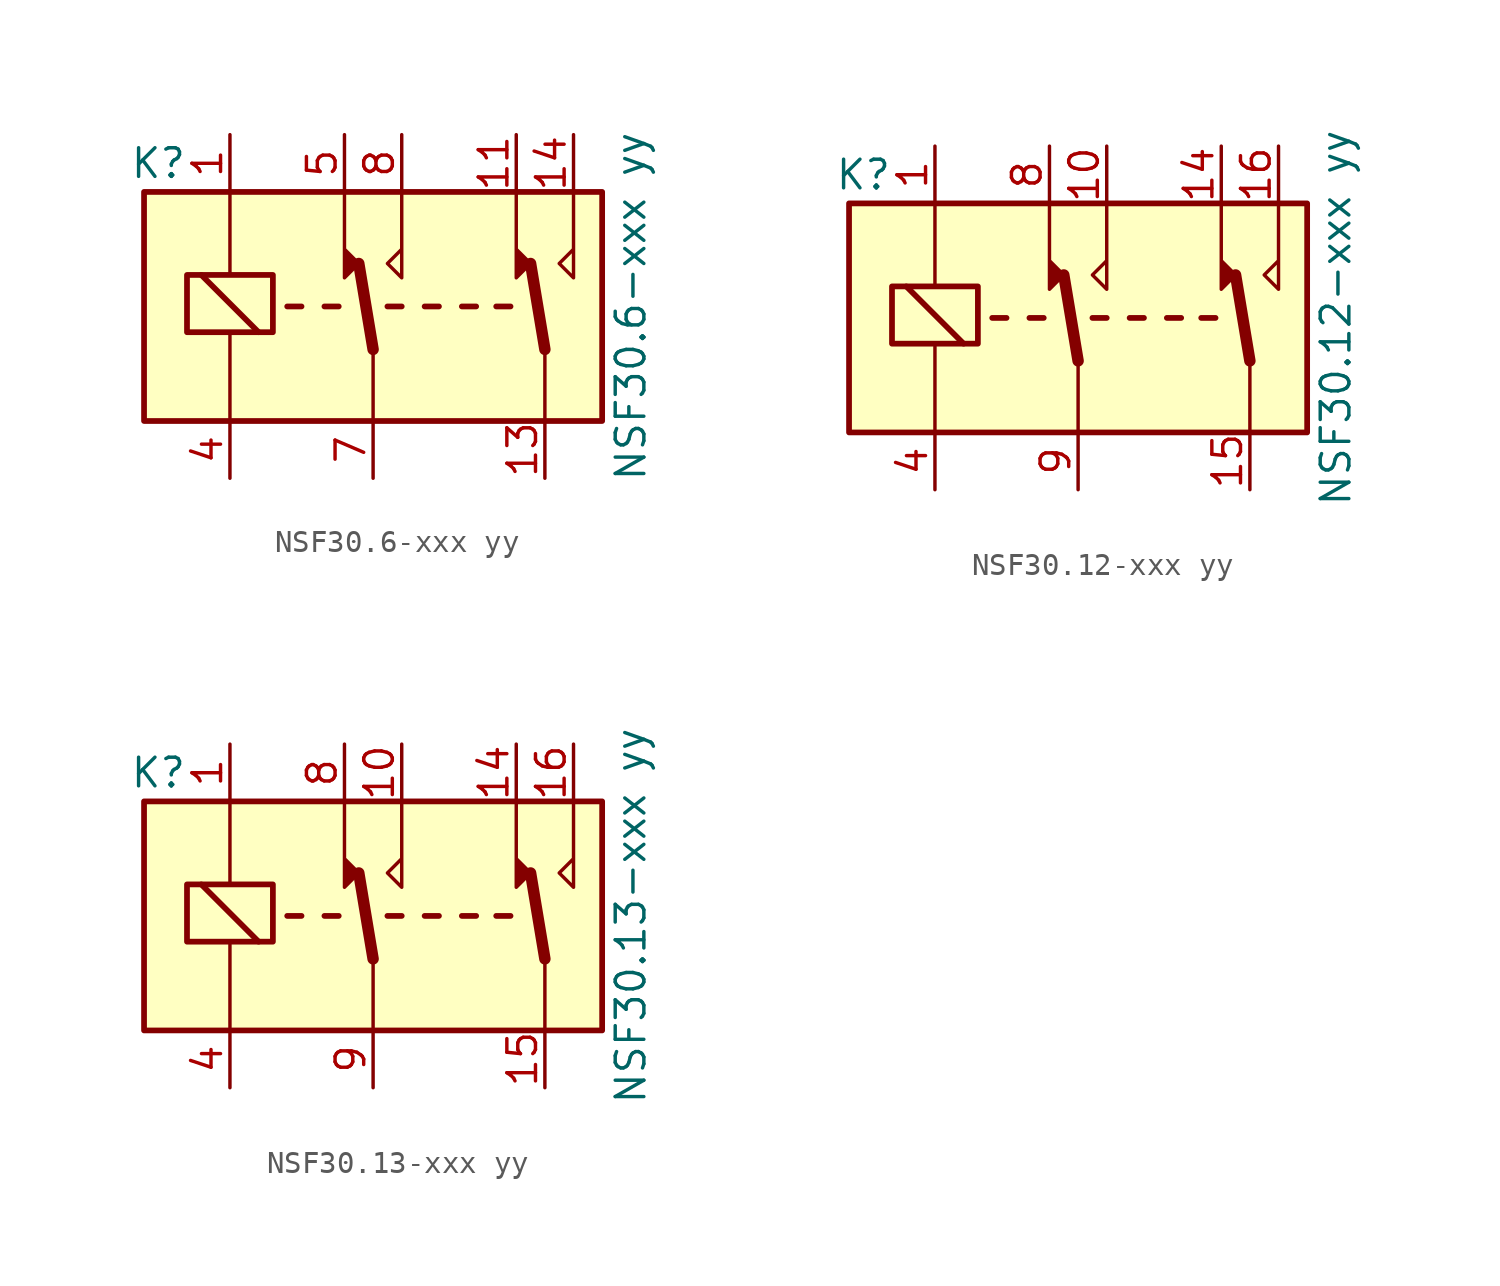
<source format=kicad_sym>
(kicad_symbol_lib
  (version 20211014)
  (generator kicad_symbol_editor)
  (symbol "NSF30.6-xxx yy"
    (property "Reference" "K"
      (at -9.525 6.35 0)
      (effects (font (size 1.27 1.27))))
    (property "Value" "NSF30.6-xxx yy"
      (at 11.43 0 90)
      (effects (font (size 1.27 1.27))))
    (symbol "NSF30.6-xxx yy_1_1"
      (rectangle (start -10.16 5.08) (end 10.16 -5.08) (stroke (width 0.254) (type default) (color 0 0 0 0)) (fill (type background)))
      (rectangle (start -8.255 -1.143) (end -4.445 1.397) (stroke (width 0.254) (type default) (color 0 0 0 0)) (fill (type none)))
      (polyline (pts (xy -6.35 -1.27) (xy -6.35 -4.953)) (stroke (width 0) (type default) (color 0 0 0 0)) (fill (type none)))
      (polyline (pts (xy -6.35 5.08) (xy -6.35 1.397)) (stroke (width 0) (type default) (color 0 0 0 0)) (fill (type none)))
      (polyline (pts (xy -5.08 -1.143) (xy -7.62 1.397)) (stroke (width 0.254) (type default) (color 0 0 0 0)) (fill (type none)))
      (polyline (pts (xy -3.175 0) (xy -3.81 0)) (stroke (width 0.254) (type default) (color 0 0 0 0)) (fill (type none)))
      (polyline (pts (xy -1.524 0) (xy -2.159 0)) (stroke (width 0.254) (type default) (color 0 0 0 0)) (fill (type none)))
      (polyline (pts (xy 0 -1.905) (xy -0.635 1.905)) (stroke (width 0.508) (type default) (color 0 0 0 0)) (fill (type none)))
      (polyline (pts (xy 0 -1.905) (xy 0 -5.08)) (stroke (width 0) (type default) (color 0 0 0 0)) (fill (type none)))
      (polyline (pts (xy 1.27 0) (xy 0.635 0)) (stroke (width 0.254) (type default) (color 0 0 0 0)) (fill (type none)))
      (polyline (pts (xy 2.921 0) (xy 2.286 0)) (stroke (width 0.254) (type default) (color 0 0 0 0)) (fill (type none)))
      (polyline (pts (xy 4.572 0) (xy 3.937 0)) (stroke (width 0.254) (type default) (color 0 0 0 0)) (fill (type none)))
      (polyline (pts (xy 6.096 0) (xy 5.461 0)) (stroke (width 0.254) (type default) (color 0 0 0 0)) (fill (type none)))
      (polyline (pts (xy 7.62 -1.905) (xy 6.985 1.905)) (stroke (width 0.508) (type default) (color 0 0 0 0)) (fill (type none)))
      (polyline (pts (xy 7.62 -1.905) (xy 7.62 -5.08)) (stroke (width 0) (type default) (color 0 0 0 0)) (fill (type none)))
      (polyline (pts (xy -1.27 5.08) (xy -1.27 1.27) (xy -0.635 1.905) (xy -1.27 2.54)) (stroke (width 0) (type default) (color 0 0 0 0)) (fill (type outline)))
      (polyline (pts (xy 1.27 5.08) (xy 1.27 1.27) (xy 0.635 1.905) (xy 1.27 2.54)) (stroke (width 0) (type default) (color 0 0 0 0)) (fill (type none)))
      (polyline (pts (xy 6.35 5.08) (xy 6.35 1.27) (xy 6.985 1.905) (xy 6.35 2.54)) (stroke (width 0) (type default) (color 0 0 0 0)) (fill (type outline)))
      (polyline (pts (xy 8.89 5.08) (xy 8.89 1.27) (xy 8.255 1.905) (xy 8.89 2.54)) (stroke (width 0) (type default) (color 0 0 0 0)) (fill (type none)))
      (pin passive line (at -6.35 7.62 270) (length 2.54) (name "~" (effects (font (size 1.27 1.27)))) (number "1" (effects (font (size 1.27 1.27)))))
      (pin passive line (at 6.35 7.62 270) (length 2.54) (name "~" (effects (font (size 1.27 1.27)))) (number "11" (effects (font (size 1.27 1.27)))))
      (pin passive line (at 7.62 -7.62 90) (length 2.54) (name "~" (effects (font (size 1.27 1.27)))) (number "13" (effects (font (size 1.27 1.27)))))
      (pin passive line (at 8.89 7.62 270) (length 2.54) (name "~" (effects (font (size 1.27 1.27)))) (number "14" (effects (font (size 1.27 1.27)))))
      (pin passive line (at -6.35 -7.62 90) (length 2.54) (name "~" (effects (font (size 1.27 1.27)))) (number "4" (effects (font (size 1.27 1.27)))))
      (pin passive line (at -1.27 7.62 270) (length 2.54) (name "~" (effects (font (size 1.27 1.27)))) (number "5" (effects (font (size 1.27 1.27)))))
      (pin passive line (at 0 -7.62 90) (length 2.54) (name "~" (effects (font (size 1.27 1.27)))) (number "7" (effects (font (size 1.27 1.27)))))
      (pin passive line (at 1.27 7.62 270) (length 2.54) (name "~" (effects (font (size 1.27 1.27)))) (number "8" (effects (font (size 1.27 1.27)))))))
  (symbol "NSF30.12-xxx yy"
    (property "Reference" "K"
      (at -9.525 6.35 0)
      (effects (font (size 1.27 1.27))))
    (property "Value" "NSF30.12-xxx yy"
      (at 11.43 0 90)
      (effects (font (size 1.27 1.27))))
    (symbol "NSF30.12-xxx yy_1_1"
      (rectangle (start -10.16 5.08) (end 10.16 -5.08) (stroke (width 0.254) (type default) (color 0 0 0 0)) (fill (type background)))
      (rectangle (start -8.255 -1.143) (end -4.445 1.397) (stroke (width 0.254) (type default) (color 0 0 0 0)) (fill (type none)))
      (polyline (pts (xy -6.35 -1.27) (xy -6.35 -4.953)) (stroke (width 0) (type default) (color 0 0 0 0)) (fill (type none)))
      (polyline (pts (xy -6.35 5.08) (xy -6.35 1.397)) (stroke (width 0) (type default) (color 0 0 0 0)) (fill (type none)))
      (polyline (pts (xy -5.08 -1.143) (xy -7.62 1.397)) (stroke (width 0.254) (type default) (color 0 0 0 0)) (fill (type none)))
      (polyline (pts (xy -3.175 0) (xy -3.81 0)) (stroke (width 0.254) (type default) (color 0 0 0 0)) (fill (type none)))
      (polyline (pts (xy -1.524 0) (xy -2.159 0)) (stroke (width 0.254) (type default) (color 0 0 0 0)) (fill (type none)))
      (polyline (pts (xy 0 -1.905) (xy -0.635 1.905)) (stroke (width 0.508) (type default) (color 0 0 0 0)) (fill (type none)))
      (polyline (pts (xy 0 -1.905) (xy 0 -5.08)) (stroke (width 0) (type default) (color 0 0 0 0)) (fill (type none)))
      (polyline (pts (xy 1.27 0) (xy 0.635 0)) (stroke (width 0.254) (type default) (color 0 0 0 0)) (fill (type none)))
      (polyline (pts (xy 2.921 0) (xy 2.286 0)) (stroke (width 0.254) (type default) (color 0 0 0 0)) (fill (type none)))
      (polyline (pts (xy 4.572 0) (xy 3.937 0)) (stroke (width 0.254) (type default) (color 0 0 0 0)) (fill (type none)))
      (polyline (pts (xy 6.096 0) (xy 5.461 0)) (stroke (width 0.254) (type default) (color 0 0 0 0)) (fill (type none)))
      (polyline (pts (xy 7.62 -1.905) (xy 6.985 1.905)) (stroke (width 0.508) (type default) (color 0 0 0 0)) (fill (type none)))
      (polyline (pts (xy 7.62 -1.905) (xy 7.62 -5.08)) (stroke (width 0) (type default) (color 0 0 0 0)) (fill (type none)))
      (polyline (pts (xy -1.27 5.08) (xy -1.27 1.27) (xy -0.635 1.905) (xy -1.27 2.54)) (stroke (width 0) (type default) (color 0 0 0 0)) (fill (type outline)))
      (polyline (pts (xy 1.27 5.08) (xy 1.27 1.27) (xy 0.635 1.905) (xy 1.27 2.54)) (stroke (width 0) (type default) (color 0 0 0 0)) (fill (type none)))
      (polyline (pts (xy 6.35 5.08) (xy 6.35 1.27) (xy 6.985 1.905) (xy 6.35 2.54)) (stroke (width 0) (type default) (color 0 0 0 0)) (fill (type outline)))
      (polyline (pts (xy 8.89 5.08) (xy 8.89 1.27) (xy 8.255 1.905) (xy 8.89 2.54)) (stroke (width 0) (type default) (color 0 0 0 0)) (fill (type none)))
      (pin passive line (at -6.35 7.62 270) (length 2.54) (name "~" (effects (font (size 1.27 1.27)))) (number "1" (effects (font (size 1.27 1.27)))))
      (pin passive line (at 1.27 7.62 270) (length 2.54) (name "~" (effects (font (size 1.27 1.27)))) (number "10" (effects (font (size 1.27 1.27)))))
      (pin passive line (at 6.35 7.62 270) (length 2.54) (name "~" (effects (font (size 1.27 1.27)))) (number "14" (effects (font (size 1.27 1.27)))))
      (pin passive line (at 7.62 -7.62 90) (length 2.54) (name "~" (effects (font (size 1.27 1.27)))) (number "15" (effects (font (size 1.27 1.27)))))
      (pin passive line (at 8.89 7.62 270) (length 2.54) (name "~" (effects (font (size 1.27 1.27)))) (number "16" (effects (font (size 1.27 1.27)))))
      (pin passive line (at -6.35 -7.62 90) (length 2.54) (name "~" (effects (font (size 1.27 1.27)))) (number "4" (effects (font (size 1.27 1.27)))))
      (pin passive line (at -1.27 7.62 270) (length 2.54) (name "~" (effects (font (size 1.27 1.27)))) (number "8" (effects (font (size 1.27 1.27)))))
      (pin passive line (at 0 -7.62 90) (length 2.54) (name "~" (effects (font (size 1.27 1.27)))) (number "9" (effects (font (size 1.27 1.27)))))))
  (symbol "NSF30.13-xxx yy"
    (property "Reference" "K"
      (at -9.525 6.35 0)
      (effects (font (size 1.27 1.27))))
    (property "Value" "NSF30.13-xxx yy"
      (at 11.43 0 90)
      (effects (font (size 1.27 1.27))))
    (symbol "NSF30.13-xxx yy_1_1"
      (rectangle (start -10.16 5.08) (end 10.16 -5.08) (stroke (width 0.254) (type default) (color 0 0 0 0)) (fill (type background)))
      (rectangle (start -8.255 -1.143) (end -4.445 1.397) (stroke (width 0.254) (type default) (color 0 0 0 0)) (fill (type none)))
      (polyline (pts (xy -6.35 -1.27) (xy -6.35 -4.953)) (stroke (width 0) (type default) (color 0 0 0 0)) (fill (type none)))
      (polyline (pts (xy -6.35 5.08) (xy -6.35 1.397)) (stroke (width 0) (type default) (color 0 0 0 0)) (fill (type none)))
      (polyline (pts (xy -5.08 -1.143) (xy -7.62 1.397)) (stroke (width 0.254) (type default) (color 0 0 0 0)) (fill (type none)))
      (polyline (pts (xy -3.175 0) (xy -3.81 0)) (stroke (width 0.254) (type default) (color 0 0 0 0)) (fill (type none)))
      (polyline (pts (xy -1.524 0) (xy -2.159 0)) (stroke (width 0.254) (type default) (color 0 0 0 0)) (fill (type none)))
      (polyline (pts (xy 0 -1.905) (xy -0.635 1.905)) (stroke (width 0.508) (type default) (color 0 0 0 0)) (fill (type none)))
      (polyline (pts (xy 0 -1.905) (xy 0 -5.08)) (stroke (width 0) (type default) (color 0 0 0 0)) (fill (type none)))
      (polyline (pts (xy 1.27 0) (xy 0.635 0)) (stroke (width 0.254) (type default) (color 0 0 0 0)) (fill (type none)))
      (polyline (pts (xy 2.921 0) (xy 2.286 0)) (stroke (width 0.254) (type default) (color 0 0 0 0)) (fill (type none)))
      (polyline (pts (xy 4.572 0) (xy 3.937 0)) (stroke (width 0.254) (type default) (color 0 0 0 0)) (fill (type none)))
      (polyline (pts (xy 6.096 0) (xy 5.461 0)) (stroke (width 0.254) (type default) (color 0 0 0 0)) (fill (type none)))
      (polyline (pts (xy 7.62 -1.905) (xy 6.985 1.905)) (stroke (width 0.508) (type default) (color 0 0 0 0)) (fill (type none)))
      (polyline (pts (xy 7.62 -1.905) (xy 7.62 -5.08)) (stroke (width 0) (type default) (color 0 0 0 0)) (fill (type none)))
      (polyline (pts (xy -1.27 5.08) (xy -1.27 1.27) (xy -0.635 1.905) (xy -1.27 2.54)) (stroke (width 0) (type default) (color 0 0 0 0)) (fill (type outline)))
      (polyline (pts (xy 1.27 5.08) (xy 1.27 1.27) (xy 0.635 1.905) (xy 1.27 2.54)) (stroke (width 0) (type default) (color 0 0 0 0)) (fill (type none)))
      (polyline (pts (xy 6.35 5.08) (xy 6.35 1.27) (xy 6.985 1.905) (xy 6.35 2.54)) (stroke (width 0) (type default) (color 0 0 0 0)) (fill (type outline)))
      (polyline (pts (xy 8.89 5.08) (xy 8.89 1.27) (xy 8.255 1.905) (xy 8.89 2.54)) (stroke (width 0) (type default) (color 0 0 0 0)) (fill (type none)))
      (pin passive line (at -6.35 7.62 270) (length 2.54) (name "~" (effects (font (size 1.27 1.27)))) (number "1" (effects (font (size 1.27 1.27)))))
      (pin passive line (at 1.27 7.62 270) (length 2.54) (name "~" (effects (font (size 1.27 1.27)))) (number "10" (effects (font (size 1.27 1.27)))))
      (pin passive line (at 6.35 7.62 270) (length 2.54) (name "~" (effects (font (size 1.27 1.27)))) (number "14" (effects (font (size 1.27 1.27)))))
      (pin passive line (at 7.62 -7.62 90) (length 2.54) (name "~" (effects (font (size 1.27 1.27)))) (number "15" (effects (font (size 1.27 1.27)))))
      (pin passive line (at 8.89 7.62 270) (length 2.54) (name "~" (effects (font (size 1.27 1.27)))) (number "16" (effects (font (size 1.27 1.27)))))
      (pin passive line (at -6.35 -7.62 90) (length 2.54) (name "~" (effects (font (size 1.27 1.27)))) (number "4" (effects (font (size 1.27 1.27)))))
      (pin passive line (at -1.27 7.62 270) (length 2.54) (name "~" (effects (font (size 1.27 1.27)))) (number "8" (effects (font (size 1.27 1.27)))))
      (pin passive line (at 0 -7.62 90) (length 2.54) (name "~" (effects (font (size 1.27 1.27)))) (number "9" (effects (font (size 1.27 1.27))))))))
</source>
